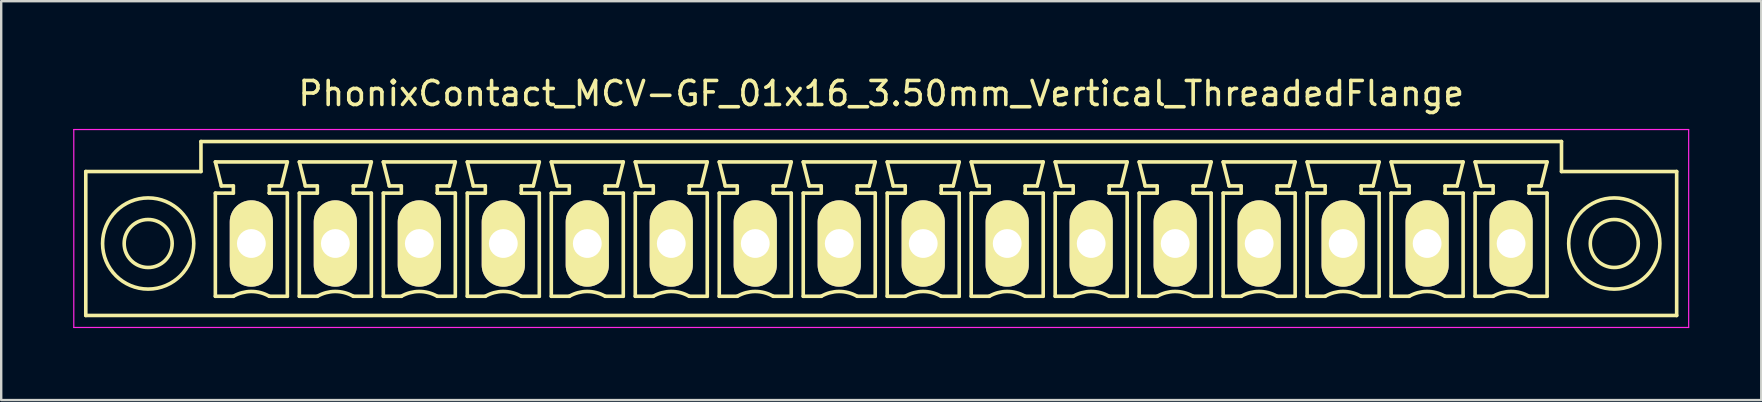
<source format=kicad_pcb>
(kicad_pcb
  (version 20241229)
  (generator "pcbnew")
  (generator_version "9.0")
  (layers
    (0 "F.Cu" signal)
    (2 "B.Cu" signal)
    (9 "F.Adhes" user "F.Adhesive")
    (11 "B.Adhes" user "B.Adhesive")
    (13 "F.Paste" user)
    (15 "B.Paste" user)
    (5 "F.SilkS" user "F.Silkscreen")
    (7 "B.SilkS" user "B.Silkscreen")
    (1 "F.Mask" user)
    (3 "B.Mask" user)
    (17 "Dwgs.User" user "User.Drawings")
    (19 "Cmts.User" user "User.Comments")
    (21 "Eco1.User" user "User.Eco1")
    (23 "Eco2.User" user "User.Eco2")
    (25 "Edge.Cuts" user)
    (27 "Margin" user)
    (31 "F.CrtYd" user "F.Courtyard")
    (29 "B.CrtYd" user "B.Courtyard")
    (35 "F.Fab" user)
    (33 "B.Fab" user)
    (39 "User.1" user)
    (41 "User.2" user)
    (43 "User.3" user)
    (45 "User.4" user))
  (footprint "PhonixContact_MCV-GF_01x16_3.50mm_Vertical_ThreadedFlange"
    (layer "F.Cu")
    (at 7.425 7.098)
    (property "Reference" "PhonixContact_MCV-GF_01x16_3.50mm_Vertical_ThreadedFlange" (at 26.25 -6.25 0) (layer "F.SilkS") (effects (font (size 1 1) (thickness 0.15))))
    (attr through_hole)
    (fp_line (start -6.9 -3) (end -6.9 3) (stroke (width 0.15) (type solid)) (layer "F.SilkS"))
    (fp_line (start -6.9 3) (end 59.4 3) (stroke (width 0.15) (type solid)) (layer "F.SilkS"))
    (fp_line (start -2.1 -4.25) (end -2.1 -3) (stroke (width 0.15) (type solid)) (layer "F.SilkS"))
    (fp_line (start -2.1 -3) (end -6.9 -3) (stroke (width 0.15) (type solid)) (layer "F.SilkS"))
    (fp_line (start -1.5 -3.4) (end 1.5 -3.4) (stroke (width 0.15) (type solid)) (layer "F.SilkS"))
    (fp_line (start -1.5 -2.1) (end -0.75 -2.1) (stroke (width 0.15) (type solid)) (layer "F.SilkS"))
    (fp_line (start -1.5 2.2) (end -1.5 -2.1) (stroke (width 0.15) (type solid)) (layer "F.SilkS"))
    (fp_line (start -1.25 -2.4) (end -1.5 -3.4) (stroke (width 0.15) (type solid)) (layer "F.SilkS"))
    (fp_line (start -0.75 -2.4) (end -1.25 -2.4) (stroke (width 0.15) (type solid)) (layer "F.SilkS"))
    (fp_line (start -0.75 -2.1) (end -0.75 -2.4) (stroke (width 0.15) (type solid)) (layer "F.SilkS"))
    (fp_line (start -0.75 2.2) (end -1.5 2.2) (stroke (width 0.15) (type solid)) (layer "F.SilkS"))
    (fp_line (start 0.75 -2.4) (end 0.75 -2.1) (stroke (width 0.15) (type solid)) (layer "F.SilkS"))
    (fp_line (start 0.75 -2.1) (end 0.75 -2.1) (stroke (width 0.15) (type solid)) (layer "F.SilkS"))
    (fp_line (start 0.75 -2.1) (end 1.5 -2.1) (stroke (width 0.15) (type solid)) (layer "F.SilkS"))
    (fp_line (start 1.25 -2.4) (end 0.75 -2.4) (stroke (width 0.15) (type solid)) (layer "F.SilkS"))
    (fp_line (start 1.5 -3.4) (end 1.25 -2.4) (stroke (width 0.15) (type solid)) (layer "F.SilkS"))
    (fp_line (start 1.5 -2.1) (end 1.5 2.2) (stroke (width 0.15) (type solid)) (layer "F.SilkS"))
    (fp_line (start 1.5 2.2) (end 0.75 2.2) (stroke (width 0.15) (type solid)) (layer "F.SilkS"))
    (fp_line (start 2 -3.4) (end 5 -3.4) (stroke (width 0.15) (type solid)) (layer "F.SilkS"))
    (fp_line (start 2 -2.1) (end 2.75 -2.1) (stroke (width 0.15) (type solid)) (layer "F.SilkS"))
    (fp_line (start 2 2.2) (end 2 -2.1) (stroke (width 0.15) (type solid)) (layer "F.SilkS"))
    (fp_line (start 2.25 -2.4) (end 2 -3.4) (stroke (width 0.15) (type solid)) (layer "F.SilkS"))
    (fp_line (start 2.75 -2.4) (end 2.25 -2.4) (stroke (width 0.15) (type solid)) (layer "F.SilkS"))
    (fp_line (start 2.75 -2.1) (end 2.75 -2.4) (stroke (width 0.15) (type solid)) (layer "F.SilkS"))
    (fp_line (start 2.75 2.2) (end 2 2.2) (stroke (width 0.15) (type solid)) (layer "F.SilkS"))
    (fp_line (start 4.25 -2.4) (end 4.25 -2.1) (stroke (width 0.15) (type solid)) (layer "F.SilkS"))
    (fp_line (start 4.25 -2.1) (end 4.25 -2.1) (stroke (width 0.15) (type solid)) (layer "F.SilkS"))
    (fp_line (start 4.25 -2.1) (end 5 -2.1) (stroke (width 0.15) (type solid)) (layer "F.SilkS"))
    (fp_line (start 4.75 -2.4) (end 4.25 -2.4) (stroke (width 0.15) (type solid)) (layer "F.SilkS"))
    (fp_line (start 5 -3.4) (end 4.75 -2.4) (stroke (width 0.15) (type solid)) (layer "F.SilkS"))
    (fp_line (start 5 -2.1) (end 5 2.2) (stroke (width 0.15) (type solid)) (layer "F.SilkS"))
    (fp_line (start 5 2.2) (end 4.25 2.2) (stroke (width 0.15) (type solid)) (layer "F.SilkS"))
    (fp_line (start 5.5 -3.4) (end 8.5 -3.4) (stroke (width 0.15) (type solid)) (layer "F.SilkS"))
    (fp_line (start 5.5 -2.1) (end 6.25 -2.1) (stroke (width 0.15) (type solid)) (layer "F.SilkS"))
    (fp_line (start 5.5 2.2) (end 5.5 -2.1) (stroke (width 0.15) (type solid)) (layer "F.SilkS"))
    (fp_line (start 5.75 -2.4) (end 5.5 -3.4) (stroke (width 0.15) (type solid)) (layer "F.SilkS"))
    (fp_line (start 6.25 -2.4) (end 5.75 -2.4) (stroke (width 0.15) (type solid)) (layer "F.SilkS"))
    (fp_line (start 6.25 -2.1) (end 6.25 -2.4) (stroke (width 0.15) (type solid)) (layer "F.SilkS"))
    (fp_line (start 6.25 2.2) (end 5.5 2.2) (stroke (width 0.15) (type solid)) (layer "F.SilkS"))
    (fp_line (start 7.75 -2.4) (end 7.75 -2.1) (stroke (width 0.15) (type solid)) (layer "F.SilkS"))
    (fp_line (start 7.75 -2.1) (end 7.75 -2.1) (stroke (width 0.15) (type solid)) (layer "F.SilkS"))
    (fp_line (start 7.75 -2.1) (end 8.5 -2.1) (stroke (width 0.15) (type solid)) (layer "F.SilkS"))
    (fp_line (start 8.25 -2.4) (end 7.75 -2.4) (stroke (width 0.15) (type solid)) (layer "F.SilkS"))
    (fp_line (start 8.5 -3.4) (end 8.25 -2.4) (stroke (width 0.15) (type solid)) (layer "F.SilkS"))
    (fp_line (start 8.5 -2.1) (end 8.5 2.2) (stroke (width 0.15) (type solid)) (layer "F.SilkS"))
    (fp_line (start 8.5 2.2) (end 7.75 2.2) (stroke (width 0.15) (type solid)) (layer "F.SilkS"))
    (fp_line (start 9 -3.4) (end 12 -3.4) (stroke (width 0.15) (type solid)) (layer "F.SilkS"))
    (fp_line (start 9 -2.1) (end 9.75 -2.1) (stroke (width 0.15) (type solid)) (layer "F.SilkS"))
    (fp_line (start 9 2.2) (end 9 -2.1) (stroke (width 0.15) (type solid)) (layer "F.SilkS"))
    (fp_line (start 9.25 -2.4) (end 9 -3.4) (stroke (width 0.15) (type solid)) (layer "F.SilkS"))
    (fp_line (start 9.75 -2.4) (end 9.25 -2.4) (stroke (width 0.15) (type solid)) (layer "F.SilkS"))
    (fp_line (start 9.75 -2.1) (end 9.75 -2.4) (stroke (width 0.15) (type solid)) (layer "F.SilkS"))
    (fp_line (start 9.75 2.2) (end 9 2.2) (stroke (width 0.15) (type solid)) (layer "F.SilkS"))
    (fp_line (start 11.25 -2.4) (end 11.25 -2.1) (stroke (width 0.15) (type solid)) (layer "F.SilkS"))
    (fp_line (start 11.25 -2.1) (end 11.25 -2.1) (stroke (width 0.15) (type solid)) (layer "F.SilkS"))
    (fp_line (start 11.25 -2.1) (end 12 -2.1) (stroke (width 0.15) (type solid)) (layer "F.SilkS"))
    (fp_line (start 11.75 -2.4) (end 11.25 -2.4) (stroke (width 0.15) (type solid)) (layer "F.SilkS"))
    (fp_line (start 12 -3.4) (end 11.75 -2.4) (stroke (width 0.15) (type solid)) (layer "F.SilkS"))
    (fp_line (start 12 -2.1) (end 12 2.2) (stroke (width 0.15) (type solid)) (layer "F.SilkS"))
    (fp_line (start 12 2.2) (end 11.25 2.2) (stroke (width 0.15) (type solid)) (layer "F.SilkS"))
    (fp_line (start 12.5 -3.4) (end 15.5 -3.4) (stroke (width 0.15) (type solid)) (layer "F.SilkS"))
    (fp_line (start 12.5 -2.1) (end 13.25 -2.1) (stroke (width 0.15) (type solid)) (layer "F.SilkS"))
    (fp_line (start 12.5 2.2) (end 12.5 -2.1) (stroke (width 0.15) (type solid)) (layer "F.SilkS"))
    (fp_line (start 12.75 -2.4) (end 12.5 -3.4) (stroke (width 0.15) (type solid)) (layer "F.SilkS"))
    (fp_line (start 13.25 -2.4) (end 12.75 -2.4) (stroke (width 0.15) (type solid)) (layer "F.SilkS"))
    (fp_line (start 13.25 -2.1) (end 13.25 -2.4) (stroke (width 0.15) (type solid)) (layer "F.SilkS"))
    (fp_line (start 13.25 2.2) (end 12.5 2.2) (stroke (width 0.15) (type solid)) (layer "F.SilkS"))
    (fp_line (start 14.75 -2.4) (end 14.75 -2.1) (stroke (width 0.15) (type solid)) (layer "F.SilkS"))
    (fp_line (start 14.75 -2.1) (end 14.75 -2.1) (stroke (width 0.15) (type solid)) (layer "F.SilkS"))
    (fp_line (start 14.75 -2.1) (end 15.5 -2.1) (stroke (width 0.15) (type solid)) (layer "F.SilkS"))
    (fp_line (start 15.25 -2.4) (end 14.75 -2.4) (stroke (width 0.15) (type solid)) (layer "F.SilkS"))
    (fp_line (start 15.5 -3.4) (end 15.25 -2.4) (stroke (width 0.15) (type solid)) (layer "F.SilkS"))
    (fp_line (start 15.5 -2.1) (end 15.5 2.2) (stroke (width 0.15) (type solid)) (layer "F.SilkS"))
    (fp_line (start 15.5 2.2) (end 14.75 2.2) (stroke (width 0.15) (type solid)) (layer "F.SilkS"))
    (fp_line (start 16 -3.4) (end 19 -3.4) (stroke (width 0.15) (type solid)) (layer "F.SilkS"))
    (fp_line (start 16 -2.1) (end 16.75 -2.1) (stroke (width 0.15) (type solid)) (layer "F.SilkS"))
    (fp_line (start 16 2.2) (end 16 -2.1) (stroke (width 0.15) (type solid)) (layer "F.SilkS"))
    (fp_line (start 16.25 -2.4) (end 16 -3.4) (stroke (width 0.15) (type solid)) (layer "F.SilkS"))
    (fp_line (start 16.75 -2.4) (end 16.25 -2.4) (stroke (width 0.15) (type solid)) (layer "F.SilkS"))
    (fp_line (start 16.75 -2.1) (end 16.75 -2.4) (stroke (width 0.15) (type solid)) (layer "F.SilkS"))
    (fp_line (start 16.75 2.2) (end 16 2.2) (stroke (width 0.15) (type solid)) (layer "F.SilkS"))
    (fp_line (start 18.25 -2.4) (end 18.25 -2.1) (stroke (width 0.15) (type solid)) (layer "F.SilkS"))
    (fp_line (start 18.25 -2.1) (end 18.25 -2.1) (stroke (width 0.15) (type solid)) (layer "F.SilkS"))
    (fp_line (start 18.25 -2.1) (end 19 -2.1) (stroke (width 0.15) (type solid)) (layer "F.SilkS"))
    (fp_line (start 18.75 -2.4) (end 18.25 -2.4) (stroke (width 0.15) (type solid)) (layer "F.SilkS"))
    (fp_line (start 19 -3.4) (end 18.75 -2.4) (stroke (width 0.15) (type solid)) (layer "F.SilkS"))
    (fp_line (start 19 -2.1) (end 19 2.2) (stroke (width 0.15) (type solid)) (layer "F.SilkS"))
    (fp_line (start 19 2.2) (end 18.25 2.2) (stroke (width 0.15) (type solid)) (layer "F.SilkS"))
    (fp_line (start 19.5 -3.4) (end 22.5 -3.4) (stroke (width 0.15) (type solid)) (layer "F.SilkS"))
    (fp_line (start 19.5 -2.1) (end 20.25 -2.1) (stroke (width 0.15) (type solid)) (layer "F.SilkS"))
    (fp_line (start 19.5 2.2) (end 19.5 -2.1) (stroke (width 0.15) (type solid)) (layer "F.SilkS"))
    (fp_line (start 19.75 -2.4) (end 19.5 -3.4) (stroke (width 0.15) (type solid)) (layer "F.SilkS"))
    (fp_line (start 20.25 -2.4) (end 19.75 -2.4) (stroke (width 0.15) (type solid)) (layer "F.SilkS"))
    (fp_line (start 20.25 -2.1) (end 20.25 -2.4) (stroke (width 0.15) (type solid)) (layer "F.SilkS"))
    (fp_line (start 20.25 2.2) (end 19.5 2.2) (stroke (width 0.15) (type solid)) (layer "F.SilkS"))
    (fp_line (start 21.75 -2.4) (end 21.75 -2.1) (stroke (width 0.15) (type solid)) (layer "F.SilkS"))
    (fp_line (start 21.75 -2.1) (end 21.75 -2.1) (stroke (width 0.15) (type solid)) (layer "F.SilkS"))
    (fp_line (start 21.75 -2.1) (end 22.5 -2.1) (stroke (width 0.15) (type solid)) (layer "F.SilkS"))
    (fp_line (start 22.25 -2.4) (end 21.75 -2.4) (stroke (width 0.15) (type solid)) (layer "F.SilkS"))
    (fp_line (start 22.5 -3.4) (end 22.25 -2.4) (stroke (width 0.15) (type solid)) (layer "F.SilkS"))
    (fp_line (start 22.5 -2.1) (end 22.5 2.2) (stroke (width 0.15) (type solid)) (layer "F.SilkS"))
    (fp_line (start 22.5 2.2) (end 21.75 2.2) (stroke (width 0.15) (type solid)) (layer "F.SilkS"))
    (fp_line (start 23 -3.4) (end 26 -3.4) (stroke (width 0.15) (type solid)) (layer "F.SilkS"))
    (fp_line (start 23 -2.1) (end 23.75 -2.1) (stroke (width 0.15) (type solid)) (layer "F.SilkS"))
    (fp_line (start 23 2.2) (end 23 -2.1) (stroke (width 0.15) (type solid)) (layer "F.SilkS"))
    (fp_line (start 23.25 -2.4) (end 23 -3.4) (stroke (width 0.15) (type solid)) (layer "F.SilkS"))
    (fp_line (start 23.75 -2.4) (end 23.25 -2.4) (stroke (width 0.15) (type solid)) (layer "F.SilkS"))
    (fp_line (start 23.75 -2.1) (end 23.75 -2.4) (stroke (width 0.15) (type solid)) (layer "F.SilkS"))
    (fp_line (start 23.75 2.2) (end 23 2.2) (stroke (width 0.15) (type solid)) (layer "F.SilkS"))
    (fp_line (start 25.25 -2.4) (end 25.25 -2.1) (stroke (width 0.15) (type solid)) (layer "F.SilkS"))
    (fp_line (start 25.25 -2.1) (end 25.25 -2.1) (stroke (width 0.15) (type solid)) (layer "F.SilkS"))
    (fp_line (start 25.25 -2.1) (end 26 -2.1) (stroke (width 0.15) (type solid)) (layer "F.SilkS"))
    (fp_line (start 25.75 -2.4) (end 25.25 -2.4) (stroke (width 0.15) (type solid)) (layer "F.SilkS"))
    (fp_line (start 26 -3.4) (end 25.75 -2.4) (stroke (width 0.15) (type solid)) (layer "F.SilkS"))
    (fp_line (start 26 -2.1) (end 26 2.2) (stroke (width 0.15) (type solid)) (layer "F.SilkS"))
    (fp_line (start 26 2.2) (end 25.25 2.2) (stroke (width 0.15) (type solid)) (layer "F.SilkS"))
    (fp_line (start 26.5 -3.4) (end 29.5 -3.4) (stroke (width 0.15) (type solid)) (layer "F.SilkS"))
    (fp_line (start 26.5 -2.1) (end 27.25 -2.1) (stroke (width 0.15) (type solid)) (layer "F.SilkS"))
    (fp_line (start 26.5 2.2) (end 26.5 -2.1) (stroke (width 0.15) (type solid)) (layer "F.SilkS"))
    (fp_line (start 26.75 -2.4) (end 26.5 -3.4) (stroke (width 0.15) (type solid)) (layer "F.SilkS"))
    (fp_line (start 27.25 -2.4) (end 26.75 -2.4) (stroke (width 0.15) (type solid)) (layer "F.SilkS"))
    (fp_line (start 27.25 -2.1) (end 27.25 -2.4) (stroke (width 0.15) (type solid)) (layer "F.SilkS"))
    (fp_line (start 27.25 2.2) (end 26.5 2.2) (stroke (width 0.15) (type solid)) (layer "F.SilkS"))
    (fp_line (start 28.75 -2.4) (end 28.75 -2.1) (stroke (width 0.15) (type solid)) (layer "F.SilkS"))
    (fp_line (start 28.75 -2.1) (end 28.75 -2.1) (stroke (width 0.15) (type solid)) (layer "F.SilkS"))
    (fp_line (start 28.75 -2.1) (end 29.5 -2.1) (stroke (width 0.15) (type solid)) (layer "F.SilkS"))
    (fp_line (start 29.25 -2.4) (end 28.75 -2.4) (stroke (width 0.15) (type solid)) (layer "F.SilkS"))
    (fp_line (start 29.5 -3.4) (end 29.25 -2.4) (stroke (width 0.15) (type solid)) (layer "F.SilkS"))
    (fp_line (start 29.5 -2.1) (end 29.5 2.2) (stroke (width 0.15) (type solid)) (layer "F.SilkS"))
    (fp_line (start 29.5 2.2) (end 28.75 2.2) (stroke (width 0.15) (type solid)) (layer "F.SilkS"))
    (fp_line (start 30 -3.4) (end 33 -3.4) (stroke (width 0.15) (type solid)) (layer "F.SilkS"))
    (fp_line (start 30 -2.1) (end 30.75 -2.1) (stroke (width 0.15) (type solid)) (layer "F.SilkS"))
    (fp_line (start 30 2.2) (end 30 -2.1) (stroke (width 0.15) (type solid)) (layer "F.SilkS"))
    (fp_line (start 30.25 -2.4) (end 30 -3.4) (stroke (width 0.15) (type solid)) (layer "F.SilkS"))
    (fp_line (start 30.75 -2.4) (end 30.25 -2.4) (stroke (width 0.15) (type solid)) (layer "F.SilkS"))
    (fp_line (start 30.75 -2.1) (end 30.75 -2.4) (stroke (width 0.15) (type solid)) (layer "F.SilkS"))
    (fp_line (start 30.75 2.2) (end 30 2.2) (stroke (width 0.15) (type solid)) (layer "F.SilkS"))
    (fp_line (start 32.25 -2.4) (end 32.25 -2.1) (stroke (width 0.15) (type solid)) (layer "F.SilkS"))
    (fp_line (start 32.25 -2.1) (end 32.25 -2.1) (stroke (width 0.15) (type solid)) (layer "F.SilkS"))
    (fp_line (start 32.25 -2.1) (end 33 -2.1) (stroke (width 0.15) (type solid)) (layer "F.SilkS"))
    (fp_line (start 32.75 -2.4) (end 32.25 -2.4) (stroke (width 0.15) (type solid)) (layer "F.SilkS"))
    (fp_line (start 33 -3.4) (end 32.75 -2.4) (stroke (width 0.15) (type solid)) (layer "F.SilkS"))
    (fp_line (start 33 -2.1) (end 33 2.2) (stroke (width 0.15) (type solid)) (layer "F.SilkS"))
    (fp_line (start 33 2.2) (end 32.25 2.2) (stroke (width 0.15) (type solid)) (layer "F.SilkS"))
    (fp_line (start 33.5 -3.4) (end 36.5 -3.4) (stroke (width 0.15) (type solid)) (layer "F.SilkS"))
    (fp_line (start 33.5 -2.1) (end 34.25 -2.1) (stroke (width 0.15) (type solid)) (layer "F.SilkS"))
    (fp_line (start 33.5 2.2) (end 33.5 -2.1) (stroke (width 0.15) (type solid)) (layer "F.SilkS"))
    (fp_line (start 33.75 -2.4) (end 33.5 -3.4) (stroke (width 0.15) (type solid)) (layer "F.SilkS"))
    (fp_line (start 34.25 -2.4) (end 33.75 -2.4) (stroke (width 0.15) (type solid)) (layer "F.SilkS"))
    (fp_line (start 34.25 -2.1) (end 34.25 -2.4) (stroke (width 0.15) (type solid)) (layer "F.SilkS"))
    (fp_line (start 34.25 2.2) (end 33.5 2.2) (stroke (width 0.15) (type solid)) (layer "F.SilkS"))
    (fp_line (start 35.75 -2.4) (end 35.75 -2.1) (stroke (width 0.15) (type solid)) (layer "F.SilkS"))
    (fp_line (start 35.75 -2.1) (end 35.75 -2.1) (stroke (width 0.15) (type solid)) (layer "F.SilkS"))
    (fp_line (start 35.75 -2.1) (end 36.5 -2.1) (stroke (width 0.15) (type solid)) (layer "F.SilkS"))
    (fp_line (start 36.25 -2.4) (end 35.75 -2.4) (stroke (width 0.15) (type solid)) (layer "F.SilkS"))
    (fp_line (start 36.5 -3.4) (end 36.25 -2.4) (stroke (width 0.15) (type solid)) (layer "F.SilkS"))
    (fp_line (start 36.5 -2.1) (end 36.5 2.2) (stroke (width 0.15) (type solid)) (layer "F.SilkS"))
    (fp_line (start 36.5 2.2) (end 35.75 2.2) (stroke (width 0.15) (type solid)) (layer "F.SilkS"))
    (fp_line (start 37 -3.4) (end 40 -3.4) (stroke (width 0.15) (type solid)) (layer "F.SilkS"))
    (fp_line (start 37 -2.1) (end 37.75 -2.1) (stroke (width 0.15) (type solid)) (layer "F.SilkS"))
    (fp_line (start 37 2.2) (end 37 -2.1) (stroke (width 0.15) (type solid)) (layer "F.SilkS"))
    (fp_line (start 37.25 -2.4) (end 37 -3.4) (stroke (width 0.15) (type solid)) (layer "F.SilkS"))
    (fp_line (start 37.75 -2.4) (end 37.25 -2.4) (stroke (width 0.15) (type solid)) (layer "F.SilkS"))
    (fp_line (start 37.75 -2.1) (end 37.75 -2.4) (stroke (width 0.15) (type solid)) (layer "F.SilkS"))
    (fp_line (start 37.75 2.2) (end 37 2.2) (stroke (width 0.15) (type solid)) (layer "F.SilkS"))
    (fp_line (start 39.25 -2.4) (end 39.25 -2.1) (stroke (width 0.15) (type solid)) (layer "F.SilkS"))
    (fp_line (start 39.25 -2.1) (end 39.25 -2.1) (stroke (width 0.15) (type solid)) (layer "F.SilkS"))
    (fp_line (start 39.25 -2.1) (end 40 -2.1) (stroke (width 0.15) (type solid)) (layer "F.SilkS"))
    (fp_line (start 39.75 -2.4) (end 39.25 -2.4) (stroke (width 0.15) (type solid)) (layer "F.SilkS"))
    (fp_line (start 40 -3.4) (end 39.75 -2.4) (stroke (width 0.15) (type solid)) (layer "F.SilkS"))
    (fp_line (start 40 -2.1) (end 40 2.2) (stroke (width 0.15) (type solid)) (layer "F.SilkS"))
    (fp_line (start 40 2.2) (end 39.25 2.2) (stroke (width 0.15) (type solid)) (layer "F.SilkS"))
    (fp_line (start 40.5 -3.4) (end 43.5 -3.4) (stroke (width 0.15) (type solid)) (layer "F.SilkS"))
    (fp_line (start 40.5 -2.1) (end 41.25 -2.1) (stroke (width 0.15) (type solid)) (layer "F.SilkS"))
    (fp_line (start 40.5 2.2) (end 40.5 -2.1) (stroke (width 0.15) (type solid)) (layer "F.SilkS"))
    (fp_line (start 40.75 -2.4) (end 40.5 -3.4) (stroke (width 0.15) (type solid)) (layer "F.SilkS"))
    (fp_line (start 41.25 -2.4) (end 40.75 -2.4) (stroke (width 0.15) (type solid)) (layer "F.SilkS"))
    (fp_line (start 41.25 -2.1) (end 41.25 -2.4) (stroke (width 0.15) (type solid)) (layer "F.SilkS"))
    (fp_line (start 41.25 2.2) (end 40.5 2.2) (stroke (width 0.15) (type solid)) (layer "F.SilkS"))
    (fp_line (start 42.75 -2.4) (end 42.75 -2.1) (stroke (width 0.15) (type solid)) (layer "F.SilkS"))
    (fp_line (start 42.75 -2.1) (end 42.75 -2.1) (stroke (width 0.15) (type solid)) (layer "F.SilkS"))
    (fp_line (start 42.75 -2.1) (end 43.5 -2.1) (stroke (width 0.15) (type solid)) (layer "F.SilkS"))
    (fp_line (start 43.25 -2.4) (end 42.75 -2.4) (stroke (width 0.15) (type solid)) (layer "F.SilkS"))
    (fp_line (start 43.5 -3.4) (end 43.25 -2.4) (stroke (width 0.15) (type solid)) (layer "F.SilkS"))
    (fp_line (start 43.5 -2.1) (end 43.5 2.2) (stroke (width 0.15) (type solid)) (layer "F.SilkS"))
    (fp_line (start 43.5 2.2) (end 42.75 2.2) (stroke (width 0.15) (type solid)) (layer "F.SilkS"))
    (fp_line (start 44 -3.4) (end 47 -3.4) (stroke (width 0.15) (type solid)) (layer "F.SilkS"))
    (fp_line (start 44 -2.1) (end 44.75 -2.1) (stroke (width 0.15) (type solid)) (layer "F.SilkS"))
    (fp_line (start 44 2.2) (end 44 -2.1) (stroke (width 0.15) (type solid)) (layer "F.SilkS"))
    (fp_line (start 44.25 -2.4) (end 44 -3.4) (stroke (width 0.15) (type solid)) (layer "F.SilkS"))
    (fp_line (start 44.75 -2.4) (end 44.25 -2.4) (stroke (width 0.15) (type solid)) (layer "F.SilkS"))
    (fp_line (start 44.75 -2.1) (end 44.75 -2.4) (stroke (width 0.15) (type solid)) (layer "F.SilkS"))
    (fp_line (start 44.75 2.2) (end 44 2.2) (stroke (width 0.15) (type solid)) (layer "F.SilkS"))
    (fp_line (start 46.25 -2.4) (end 46.25 -2.1) (stroke (width 0.15) (type solid)) (layer "F.SilkS"))
    (fp_line (start 46.25 -2.1) (end 46.25 -2.1) (stroke (width 0.15) (type solid)) (layer "F.SilkS"))
    (fp_line (start 46.25 -2.1) (end 47 -2.1) (stroke (width 0.15) (type solid)) (layer "F.SilkS"))
    (fp_line (start 46.75 -2.4) (end 46.25 -2.4) (stroke (width 0.15) (type solid)) (layer "F.SilkS"))
    (fp_line (start 47 -3.4) (end 46.75 -2.4) (stroke (width 0.15) (type solid)) (layer "F.SilkS"))
    (fp_line (start 47 -2.1) (end 47 2.2) (stroke (width 0.15) (type solid)) (layer "F.SilkS"))
    (fp_line (start 47 2.2) (end 46.25 2.2) (stroke (width 0.15) (type solid)) (layer "F.SilkS"))
    (fp_line (start 47.5 -3.4) (end 50.5 -3.4) (stroke (width 0.15) (type solid)) (layer "F.SilkS"))
    (fp_line (start 47.5 -2.1) (end 48.25 -2.1) (stroke (width 0.15) (type solid)) (layer "F.SilkS"))
    (fp_line (start 47.5 2.2) (end 47.5 -2.1) (stroke (width 0.15) (type solid)) (layer "F.SilkS"))
    (fp_line (start 47.75 -2.4) (end 47.5 -3.4) (stroke (width 0.15) (type solid)) (layer "F.SilkS"))
    (fp_line (start 48.25 -2.4) (end 47.75 -2.4) (stroke (width 0.15) (type solid)) (layer "F.SilkS"))
    (fp_line (start 48.25 -2.1) (end 48.25 -2.4) (stroke (width 0.15) (type solid)) (layer "F.SilkS"))
    (fp_line (start 48.25 2.2) (end 47.5 2.2) (stroke (width 0.15) (type solid)) (layer "F.SilkS"))
    (fp_line (start 49.75 -2.4) (end 49.75 -2.1) (stroke (width 0.15) (type solid)) (layer "F.SilkS"))
    (fp_line (start 49.75 -2.1) (end 49.75 -2.1) (stroke (width 0.15) (type solid)) (layer "F.SilkS"))
    (fp_line (start 49.75 -2.1) (end 50.5 -2.1) (stroke (width 0.15) (type solid)) (layer "F.SilkS"))
    (fp_line (start 50.25 -2.4) (end 49.75 -2.4) (stroke (width 0.15) (type solid)) (layer "F.SilkS"))
    (fp_line (start 50.5 -3.4) (end 50.25 -2.4) (stroke (width 0.15) (type solid)) (layer "F.SilkS"))
    (fp_line (start 50.5 -2.1) (end 50.5 2.2) (stroke (width 0.15) (type solid)) (layer "F.SilkS"))
    (fp_line (start 50.5 2.2) (end 49.75 2.2) (stroke (width 0.15) (type solid)) (layer "F.SilkS"))
    (fp_line (start 51 -3.4) (end 54 -3.4) (stroke (width 0.15) (type solid)) (layer "F.SilkS"))
    (fp_line (start 51 -2.1) (end 51.75 -2.1) (stroke (width 0.15) (type solid)) (layer "F.SilkS"))
    (fp_line (start 51 2.2) (end 51 -2.1) (stroke (width 0.15) (type solid)) (layer "F.SilkS"))
    (fp_line (start 51.25 -2.4) (end 51 -3.4) (stroke (width 0.15) (type solid)) (layer "F.SilkS"))
    (fp_line (start 51.75 -2.4) (end 51.25 -2.4) (stroke (width 0.15) (type solid)) (layer "F.SilkS"))
    (fp_line (start 51.75 -2.1) (end 51.75 -2.4) (stroke (width 0.15) (type solid)) (layer "F.SilkS"))
    (fp_line (start 51.75 2.2) (end 51 2.2) (stroke (width 0.15) (type solid)) (layer "F.SilkS"))
    (fp_line (start 53.25 -2.4) (end 53.25 -2.1) (stroke (width 0.15) (type solid)) (layer "F.SilkS"))
    (fp_line (start 53.25 -2.1) (end 53.25 -2.1) (stroke (width 0.15) (type solid)) (layer "F.SilkS"))
    (fp_line (start 53.25 -2.1) (end 54 -2.1) (stroke (width 0.15) (type solid)) (layer "F.SilkS"))
    (fp_line (start 53.75 -2.4) (end 53.25 -2.4) (stroke (width 0.15) (type solid)) (layer "F.SilkS"))
    (fp_line (start 54 -3.4) (end 53.75 -2.4) (stroke (width 0.15) (type solid)) (layer "F.SilkS"))
    (fp_line (start 54 -2.1) (end 54 2.2) (stroke (width 0.15) (type solid)) (layer "F.SilkS"))
    (fp_line (start 54 2.2) (end 53.25 2.2) (stroke (width 0.15) (type solid)) (layer "F.SilkS"))
    (fp_line (start 54.6 -4.25) (end -2.1 -4.25) (stroke (width 0.15) (type solid)) (layer "F.SilkS"))
    (fp_line (start 54.6 -3) (end 54.6 -4.25) (stroke (width 0.15) (type solid)) (layer "F.SilkS"))
    (fp_line (start 59.4 -3) (end 54.6 -3) (stroke (width 0.15) (type solid)) (layer "F.SilkS"))
    (fp_line (start 59.4 3) (end 59.4 -3) (stroke (width 0.15) (type solid)) (layer "F.SilkS"))
    (fp_arc (start -0.75 2.2) (mid -0.006068 1.999179) (end 0.739464 2.193978) (stroke (width 0.15) (type solid)) (layer "F.SilkS"))
    (fp_arc (start 2.75 2.2) (mid 3.493932 1.999179) (end 4.239464 2.193978) (stroke (width 0.15) (type solid)) (layer "F.SilkS"))
    (fp_arc (start 6.25 2.2) (mid 6.993932 1.999179) (end 7.739464 2.193978) (stroke (width 0.15) (type solid)) (layer "F.SilkS"))
    (fp_arc (start 9.75 2.2) (mid 10.493932 1.999179) (end 11.239464 2.193978) (stroke (width 0.15) (type solid)) (layer "F.SilkS"))
    (fp_arc (start 13.25 2.2) (mid 13.993932 1.999179) (end 14.739464 2.193978) (stroke (width 0.15) (type solid)) (layer "F.SilkS"))
    (fp_arc (start 16.75 2.2) (mid 17.493932 1.999179) (end 18.239464 2.193978) (stroke (width 0.15) (type solid)) (layer "F.SilkS"))
    (fp_arc (start 20.25 2.2) (mid 20.993932 1.999179) (end 21.739464 2.193978) (stroke (width 0.15) (type solid)) (layer "F.SilkS"))
    (fp_arc (start 23.75 2.2) (mid 24.493932 1.999179) (end 25.239464 2.193978) (stroke (width 0.15) (type solid)) (layer "F.SilkS"))
    (fp_arc (start 27.25 2.2) (mid 27.993932 1.999179) (end 28.739464 2.193978) (stroke (width 0.15) (type solid)) (layer "F.SilkS"))
    (fp_arc (start 30.75 2.2) (mid 31.493932 1.999179) (end 32.239464 2.193978) (stroke (width 0.15) (type solid)) (layer "F.SilkS"))
    (fp_arc (start 34.25 2.2) (mid 34.993932 1.999179) (end 35.739464 2.193978) (stroke (width 0.15) (type solid)) (layer "F.SilkS"))
    (fp_arc (start 37.75 2.2) (mid 38.493932 1.999179) (end 39.239464 2.193978) (stroke (width 0.15) (type solid)) (layer "F.SilkS"))
    (fp_arc (start 41.25 2.2) (mid 41.993932 1.999179) (end 42.739464 2.193978) (stroke (width 0.15) (type solid)) (layer "F.SilkS"))
    (fp_arc (start 44.75 2.2) (mid 45.493932 1.999179) (end 46.239464 2.193978) (stroke (width 0.15) (type solid)) (layer "F.SilkS"))
    (fp_arc (start 48.25 2.2) (mid 48.993932 1.999179) (end 49.739464 2.193978) (stroke (width 0.15) (type solid)) (layer "F.SilkS"))
    (fp_arc (start 51.75 2.2) (mid 52.493932 1.999179) (end 53.239464 2.193978) (stroke (width 0.15) (type solid)) (layer "F.SilkS"))
    (fp_circle (center -4.3 0) (end -3.3 0) (stroke (width 0.15) (type solid)) (fill no) (layer "F.SilkS"))
    (fp_circle (center -4.3 0) (end -2.4 0) (stroke (width 0.15) (type solid)) (fill no) (layer "F.SilkS"))
    (fp_circle (center 56.8 0) (end 57.8 0) (stroke (width 0.15) (type solid)) (fill no) (layer "F.SilkS"))
    (fp_circle (center 56.8 0) (end 58.7 0) (stroke (width 0.15) (type solid)) (fill no) (layer "F.SilkS"))
    (fp_line (start -7.4 -4.75) (end -7.4 3.5) (stroke (width 0.05) (type solid)) (layer "F.CrtYd"))
    (fp_line (start -7.4 3.5) (end 59.9 3.5) (stroke (width 0.05) (type solid)) (layer "F.CrtYd"))
    (fp_line (start 59.9 -4.75) (end -7.4 -4.75) (stroke (width 0.05) (type solid)) (layer "F.CrtYd"))
    (fp_line (start 59.9 3.5) (end 59.9 -4.75) (stroke (width 0.05) (type solid)) (layer "F.CrtYd"))
    (pad "1" thru_hole oval (at 0 0) (size 1.8 3.6) (drill 1.2) (layers "*.Cu" "*.Mask" "F.SilkS"))
    (pad "2" thru_hole oval (at 3.5 0) (size 1.8 3.6) (drill 1.2) (layers "*.Cu" "*.Mask" "F.SilkS"))
    (pad "3" thru_hole oval (at 7 0) (size 1.8 3.6) (drill 1.2) (layers "*.Cu" "*.Mask" "F.SilkS"))
    (pad "4" thru_hole oval (at 10.5 0) (size 1.8 3.6) (drill 1.2) (layers "*.Cu" "*.Mask" "F.SilkS"))
    (pad "5" thru_hole oval (at 14 0) (size 1.8 3.6) (drill 1.2) (layers "*.Cu" "*.Mask" "F.SilkS"))
    (pad "6" thru_hole oval (at 17.5 0) (size 1.8 3.6) (drill 1.2) (layers "*.Cu" "*.Mask" "F.SilkS"))
    (pad "7" thru_hole oval (at 21 0) (size 1.8 3.6) (drill 1.2) (layers "*.Cu" "*.Mask" "F.SilkS"))
    (pad "8" thru_hole oval (at 24.5 0) (size 1.8 3.6) (drill 1.2) (layers "*.Cu" "*.Mask" "F.SilkS"))
    (pad "9" thru_hole oval (at 28 0) (size 1.8 3.6) (drill 1.2) (layers "*.Cu" "*.Mask" "F.SilkS"))
    (pad "10" thru_hole oval (at 31.5 0) (size 1.8 3.6) (drill 1.2) (layers "*.Cu" "*.Mask" "F.SilkS"))
    (pad "11" thru_hole oval (at 35 0) (size 1.8 3.6) (drill 1.2) (layers "*.Cu" "*.Mask" "F.SilkS"))
    (pad "12" thru_hole oval (at 38.5 0) (size 1.8 3.6) (drill 1.2) (layers "*.Cu" "*.Mask" "F.SilkS"))
    (pad "13" thru_hole oval (at 42 0) (size 1.8 3.6) (drill 1.2) (layers "*.Cu" "*.Mask" "F.SilkS"))
    (pad "14" thru_hole oval (at 45.5 0) (size 1.8 3.6) (drill 1.2) (layers "*.Cu" "*.Mask" "F.SilkS"))
    (pad "15" thru_hole oval (at 49 0) (size 1.8 3.6) (drill 1.2) (layers "*.Cu" "*.Mask" "F.SilkS"))
    (pad "16" thru_hole oval (at 52.5 0) (size 1.8 3.6) (drill 1.2) (layers "*.Cu" "*.Mask" "F.SilkS")))
  (gr_rect
    (start -3 -3)
    (end 70.35 13.623)
    (stroke (width 0.1) (type default))
    (fill no)
    (layer "Edge.Cuts")))
</source>
